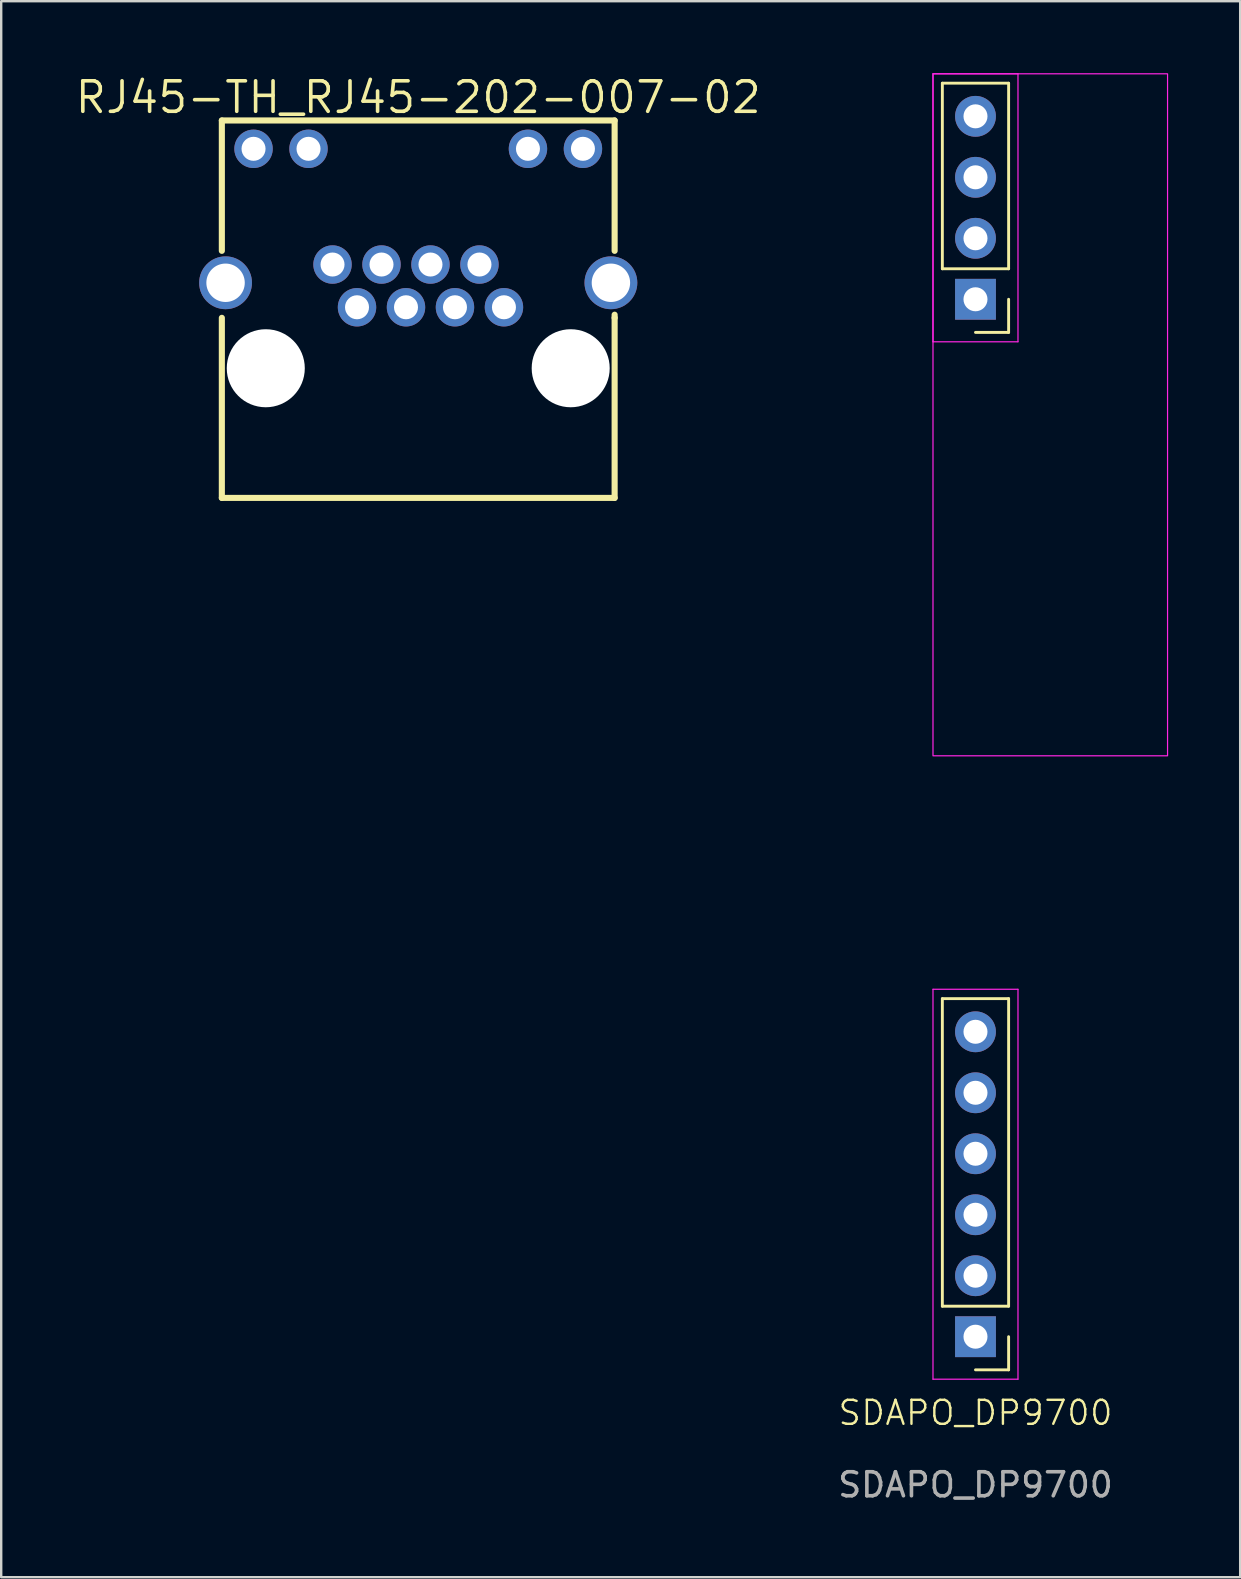
<source format=kicad_pcb>
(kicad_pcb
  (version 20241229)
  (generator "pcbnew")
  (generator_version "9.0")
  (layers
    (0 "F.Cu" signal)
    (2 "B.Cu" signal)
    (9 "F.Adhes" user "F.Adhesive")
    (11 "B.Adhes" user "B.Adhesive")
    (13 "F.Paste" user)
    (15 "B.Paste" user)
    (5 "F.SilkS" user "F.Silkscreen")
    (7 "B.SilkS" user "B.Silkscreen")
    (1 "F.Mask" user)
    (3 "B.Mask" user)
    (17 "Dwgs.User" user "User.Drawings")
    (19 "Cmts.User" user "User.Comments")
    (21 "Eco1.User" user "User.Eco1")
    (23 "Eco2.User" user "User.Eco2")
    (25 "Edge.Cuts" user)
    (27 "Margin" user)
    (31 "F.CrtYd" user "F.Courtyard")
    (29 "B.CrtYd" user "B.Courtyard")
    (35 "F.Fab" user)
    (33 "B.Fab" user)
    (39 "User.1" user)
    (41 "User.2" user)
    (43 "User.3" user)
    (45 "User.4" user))
  (footprint "RJ45-TH_RJ45-202-007-02"
    (layer "F.Cu")
    (at 14.37 6.448)
    (property "Reference" "RJ45-TH_RJ45-202-007-02" (at 0 -5.442 0) (layer "F.SilkS") (effects (font (size 1.27 1.27) (thickness 0.15))))
    (fp_line (start -8.18 -4.48) (end -8.18 0.95) (stroke (width 0.254) (type default)) (layer "F.SilkS"))
    (fp_line (start -8.18 3.74) (end -8.18 11.24) (stroke (width 0.254) (type default)) (layer "F.SilkS"))
    (fp_line (start 8.18 -4.48) (end -8.18 -4.48) (stroke (width 0.254) (type default)) (layer "F.SilkS"))
    (fp_line (start 8.18 -4.48) (end 8.18 0.95) (stroke (width 0.254) (type default)) (layer "F.SilkS"))
    (fp_line (start 8.18 3.61) (end 8.18 3.74) (stroke (width 0.254) (type default)) (layer "F.SilkS"))
    (fp_line (start 8.18 3.74) (end 8.18 11.24) (stroke (width 0.254) (type default)) (layer "F.SilkS"))
    (fp_line (start 8.18 11.24) (end -8.18 11.24) (stroke (width 0.254) (type default)) (layer "F.SilkS"))
    (fp_circle (center -6.35 5.84) (end -5.6 5.84) (stroke (width 1.5) (type default)) (fill no) (layer "Dwgs.User"))
    (fp_circle (center 6.35 5.84) (end 7.1 5.84) (stroke (width 1.5) (type default)) (fill no) (layer "Dwgs.User"))
    (fp_circle (center 8.23 11.24) (end 8.26 11.24) (stroke (width 0.06) (type default)) (fill no) (layer "User.5"))
    (pad "" np_thru_hole circle (at -6.35 5.84) (size 3.25 3.25) (drill 3.25) (layers "*.Cu" "*.Mask"))
    (pad "" np_thru_hole circle (at 6.35 5.84) (size 3.25 3.25) (drill 3.25) (layers "*.Cu" "*.Mask"))
    (pad "1" thru_hole oval (at 3.57 3.3) (size 1.6 1.6) (drill 1) (layers "*.Cu" "*.Mask"))
    (pad "2" thru_hole oval (at 2.55 1.52) (size 1.6 1.6) (drill 1) (layers "*.Cu" "*.Mask"))
    (pad "3" thru_hole oval (at 1.53 3.3) (size 1.6 1.6) (drill 1) (layers "*.Cu" "*.Mask"))
    (pad "4" thru_hole oval (at 0.51 1.52) (size 1.6 1.6) (drill 1) (layers "*.Cu" "*.Mask"))
    (pad "5" thru_hole oval (at -0.51 3.3) (size 1.6 1.6) (drill 1) (layers "*.Cu" "*.Mask"))
    (pad "6" thru_hole oval (at -1.53 1.52) (size 1.6 1.6) (drill 1) (layers "*.Cu" "*.Mask"))
    (pad "7" thru_hole oval (at -2.55 3.3) (size 1.6 1.6) (drill 1) (layers "*.Cu" "*.Mask"))
    (pad "8" thru_hole oval (at -3.57 1.52) (size 1.6 1.6) (drill 1) (layers "*.Cu" "*.Mask"))
    (pad "9" thru_hole oval (at -6.86 -3.3) (size 1.6 1.6) (drill 1) (layers "*.Cu" "*.Mask"))
    (pad "10" thru_hole oval (at -4.57 -3.3) (size 1.6 1.6) (drill 1) (layers "*.Cu" "*.Mask"))
    (pad "11" thru_hole oval (at 4.57 -3.3) (size 1.6 1.6) (drill 1) (layers "*.Cu" "*.Mask"))
    (pad "12" thru_hole oval (at 6.86 -3.3) (size 1.6 1.6) (drill 1) (layers "*.Cu" "*.Mask"))
    (pad "13" thru_hole oval (at -8.025 2.28) (size 2.2 2.2) (drill 1.6) (layers "*.Cu" "*.Mask"))
    (pad "13" thru_hole oval (at 8.025 2.28) (size 2.2 2.2) (drill 1.6) (layers "*.Cu" "*.Mask"))
    (zone (net_name "") (layer "User.4") (hatch edge 0.5) (priority 100) (connect_pads yes) (min_thickness 0) (filled_areas_thickness no) (fill yes) (polygon (pts (xy 6.14 9.508) (xy 6.14 8.208) (xy 6.34 8.208) (xy 6.34 9.508))) (filled_polygon (layer "User.4") (island) (pts (xy 6.14 9.508) (xy 6.14 8.208) (xy 6.34 8.208) (xy 6.34 9.508))))
    (zone (net_name "") (layer "User.4") (hatch edge 0.5) (priority 100) (connect_pads yes) (min_thickness 0) (filled_areas_thickness no) (fill yes) (polygon (pts (xy 7.19 2.828) (xy 7.83 2.828) (xy 7.83 3.468) (xy 7.19 3.468))) (filled_polygon (layer "User.4") (island) (pts (xy 7.19 2.828) (xy 7.83 2.828) (xy 7.83 3.468) (xy 7.19 3.468))))
    (zone (net_name "") (layer "User.4") (hatch edge 0.5) (priority 100) (connect_pads yes) (min_thickness 0) (filled_areas_thickness no) (fill yes) (polygon (pts (xy 9.48 2.828) (xy 10.12 2.828) (xy 10.12 3.468) (xy 9.48 3.468))) (filled_polygon (layer "User.4") (island) (pts (xy 9.48 2.828) (xy 10.12 2.828) (xy 10.12 3.468) (xy 9.48 3.468))))
    (zone (net_name "") (layer "User.4") (hatch edge 0.5) (priority 100) (connect_pads yes) (min_thickness 0) (filled_areas_thickness no) (fill yes) (polygon (pts (xy 10.57 7.793) (xy 11.03 7.793) (xy 11.03 8.143) (xy 10.57 8.143))) (filled_polygon (layer "User.4") (island) (pts (xy 10.57 7.793) (xy 11.03 7.793) (xy 11.03 8.143) (xy 10.57 8.143))))
    (zone (net_name "") (layer "User.4") (hatch edge 0.5) (priority 100) (connect_pads yes) (min_thickness 0) (filled_areas_thickness no) (fill yes) (polygon (pts (xy 11.59 9.573) (xy 12.05 9.573) (xy 12.05 9.923) (xy 11.59 9.923))) (filled_polygon (layer "User.4") (island) (pts (xy 11.59 9.573) (xy 12.05 9.573) (xy 12.05 9.923) (xy 11.59 9.923))))
    (zone (net_name "") (layer "User.4") (hatch edge 0.5) (priority 100) (connect_pads yes) (min_thickness 0) (filled_areas_thickness no) (fill yes) (polygon (pts (xy 12.61 7.793) (xy 13.07 7.793) (xy 13.07 8.143) (xy 12.61 8.143))) (filled_polygon (layer "User.4") (island) (pts (xy 12.61 7.793) (xy 13.07 7.793) (xy 13.07 8.143) (xy 12.61 8.143))))
    (zone (net_name "") (layer "User.4") (hatch edge 0.5) (priority 100) (connect_pads yes) (min_thickness 0) (filled_areas_thickness no) (fill yes) (polygon (pts (xy 13.63 9.573) (xy 14.09 9.573) (xy 14.09 9.923) (xy 13.63 9.923))) (filled_polygon (layer "User.4") (island) (pts (xy 13.63 9.573) (xy 14.09 9.573) (xy 14.09 9.923) (xy 13.63 9.923))))
    (zone (net_name "") (layer "User.4") (hatch edge 0.5) (priority 100) (connect_pads yes) (min_thickness 0) (filled_areas_thickness no) (fill yes) (polygon (pts (xy 14.65 7.793) (xy 15.11 7.793) (xy 15.11 8.143) (xy 14.65 8.143))) (filled_polygon (layer "User.4") (island) (pts (xy 14.65 7.793) (xy 15.11 7.793) (xy 15.11 8.143) (xy 14.65 8.143))))
    (zone (net_name "") (layer "User.4") (hatch edge 0.5) (priority 100) (connect_pads yes) (min_thickness 0) (filled_areas_thickness no) (fill yes) (polygon (pts (xy 15.67 9.573) (xy 16.13 9.573) (xy 16.13 9.923) (xy 15.67 9.923))) (filled_polygon (layer "User.4") (island) (pts (xy 15.67 9.573) (xy 16.13 9.573) (xy 16.13 9.923) (xy 15.67 9.923))))
    (zone (net_name "") (layer "User.4") (hatch edge 0.5) (priority 100) (connect_pads yes) (min_thickness 0) (filled_areas_thickness no) (fill yes) (polygon (pts (xy 16.69 7.793) (xy 17.15 7.793) (xy 17.15 8.143) (xy 16.69 8.143))) (filled_polygon (layer "User.4") (island) (pts (xy 16.69 7.793) (xy 17.15 7.793) (xy 17.15 8.143) (xy 16.69 8.143))))
    (zone (net_name "") (layer "User.4") (hatch edge 0.5) (priority 100) (connect_pads yes) (min_thickness 0) (filled_areas_thickness no) (fill yes) (polygon (pts (xy 17.71 9.573) (xy 18.17 9.573) (xy 18.17 9.923) (xy 17.71 9.923))) (filled_polygon (layer "User.4") (island) (pts (xy 17.71 9.573) (xy 18.17 9.573) (xy 18.17 9.923) (xy 17.71 9.923))))
    (zone (net_name "") (layer "User.4") (hatch edge 0.5) (priority 100) (connect_pads yes) (min_thickness 0) (filled_areas_thickness no) (fill yes) (polygon (pts (xy 18.62 2.828) (xy 19.26 2.828) (xy 19.26 3.468) (xy 18.62 3.468))) (filled_polygon (layer "User.4") (island) (pts (xy 18.62 2.828) (xy 19.26 2.828) (xy 19.26 3.468) (xy 18.62 3.468))))
    (zone (net_name "") (layer "User.4") (hatch edge 0.5) (priority 100) (connect_pads yes) (min_thickness 0) (filled_areas_thickness no) (fill yes) (polygon (pts (xy 20.91 2.828) (xy 21.55 2.828) (xy 21.55 3.468) (xy 20.91 3.468))) (filled_polygon (layer "User.4") (island) (pts (xy 20.91 2.828) (xy 21.55 2.828) (xy 21.55 3.468) (xy 20.91 3.468))))
    (zone (net_name "") (layer "User.4") (hatch edge 0.5) (priority 100) (connect_pads yes) (min_thickness 0) (filled_areas_thickness no) (fill yes) (polygon (pts (xy 22.4 9.508) (xy 22.4 8.208) (xy 22.6 8.208) (xy 22.6 9.508))) (filled_polygon (layer "User.4") (island) (pts (xy 22.4 9.508) (xy 22.4 8.208) (xy 22.6 8.208) (xy 22.6 9.508)))))
  (footprint "SDAPO_DP9700"
    (layer "F.Cu")
    (at 37.58 54.595)
    (property "Reference" "SDAPO_DP9700" (at 0 1.2 0) (unlocked yes) (layer "F.SilkS") (effects (font (size 1 1) (thickness 0.1))))
    (attr through_hole)
    (fp_line (start -1.38 -46.45) (end -1.38 -54.18) (stroke (width 0.12) (type solid)) (layer "F.SilkS"))
    (fp_line (start -1.38 -3.24) (end -1.38 -16.05) (stroke (width 0.12) (type solid)) (layer "F.SilkS"))
    (fp_line (start 1.38 -54.18) (end -1.38 -54.18) (stroke (width 0.12) (type solid)) (layer "F.SilkS"))
    (fp_line (start 1.38 -46.45) (end -1.38 -46.45) (stroke (width 0.12) (type solid)) (layer "F.SilkS"))
    (fp_line (start 1.38 -46.45) (end 1.38 -54.18) (stroke (width 0.12) (type solid)) (layer "F.SilkS"))
    (fp_line (start 1.38 -45.18) (end 1.38 -43.8) (stroke (width 0.12) (type solid)) (layer "F.SilkS"))
    (fp_line (start 1.38 -43.8) (end 0 -43.8) (stroke (width 0.12) (type solid)) (layer "F.SilkS"))
    (fp_line (start 1.38 -16.05) (end -1.38 -16.05) (stroke (width 0.12) (type solid)) (layer "F.SilkS"))
    (fp_line (start 1.38 -3.24) (end -1.38 -3.24) (stroke (width 0.12) (type solid)) (layer "F.SilkS"))
    (fp_line (start 1.38 -3.24) (end 1.38 -16.05) (stroke (width 0.12) (type solid)) (layer "F.SilkS"))
    (fp_line (start 1.38 -1.97) (end 1.38 -0.59) (stroke (width 0.12) (type solid)) (layer "F.SilkS"))
    (fp_line (start 1.38 -0.59) (end 0 -0.59) (stroke (width 0.12) (type solid)) (layer "F.SilkS"))
    (fp_line (start -1.77 -54.57) (end -1.77 -43.41) (stroke (width 0.05) (type solid)) (layer "F.CrtYd"))
    (fp_line (start -1.77 -43.41) (end 1.77 -43.41) (stroke (width 0.05) (type solid)) (layer "F.CrtYd"))
    (fp_line (start -1.77 -16.44) (end -1.77 -0.2) (stroke (width 0.05) (type solid)) (layer "F.CrtYd"))
    (fp_line (start -1.77 -0.2) (end 1.77 -0.2) (stroke (width 0.05) (type solid)) (layer "F.CrtYd"))
    (fp_line (start 1.77 -54.57) (end -1.77 -54.57) (stroke (width 0.05) (type solid)) (layer "F.CrtYd"))
    (fp_line (start 1.77 -43.41) (end 1.77 -54.57) (stroke (width 0.05) (type solid)) (layer "F.CrtYd"))
    (fp_line (start 1.77 -16.44) (end -1.77 -16.44) (stroke (width 0.05) (type solid)) (layer "F.CrtYd"))
    (fp_line (start 1.77 -0.2) (end 1.77 -16.44) (stroke (width 0.05) (type solid)) (layer "F.CrtYd"))
    (fp_rect (start -1.77 -54.57) (end 8 -26.165) (stroke (width 0.05) (type default)) (fill no) (layer "F.CrtYd"))
    (fp_text user "${REFERENCE}" (at 0 4.2 0) (unlocked yes) (layer "F.Fab") (effects (font (size 1 1) (thickness 0.15))))
    (pad "1" thru_hole rect (at 0 -1.97 180) (size 1.7 1.7) (drill 1) (layers "*.Cu" "*.Mask"))
    (pad "2" thru_hole circle (at 0 -4.51 180) (size 1.7 1.7) (drill 1) (layers "*.Cu" "*.Mask"))
    (pad "3" thru_hole circle (at 0 -7.05 180) (size 1.7 1.7) (drill 1) (layers "*.Cu" "*.Mask"))
    (pad "4" thru_hole circle (at 0 -9.59 180) (size 1.7 1.7) (drill 1) (layers "*.Cu" "*.Mask"))
    (pad "5" thru_hole circle (at 0 -12.13 180) (size 1.7 1.7) (drill 1) (layers "*.Cu" "*.Mask"))
    (pad "6" thru_hole circle (at 0 -14.67 180) (size 1.7 1.7) (drill 1) (layers "*.Cu" "*.Mask"))
    (pad "7" thru_hole rect (at 0 -45.18 180) (size 1.7 1.7) (drill 1) (layers "*.Cu" "*.Mask"))
    (pad "8" thru_hole circle (at 0 -47.72 180) (size 1.7 1.7) (drill 1) (layers "*.Cu" "*.Mask"))
    (pad "9" thru_hole circle (at 0 -50.26 180) (size 1.7 1.7) (drill 1) (layers "*.Cu" "*.Mask"))
    (pad "10" thru_hole circle (at 0 -52.8 180) (size 1.7 1.7) (drill 1) (layers "*.Cu" "*.Mask")))
  (gr_rect
    (start -3 -3)
    (end 48.605 62.643)
    (stroke (width 0.1) (type default))
    (fill no)
    (layer "Edge.Cuts")))
</source>
